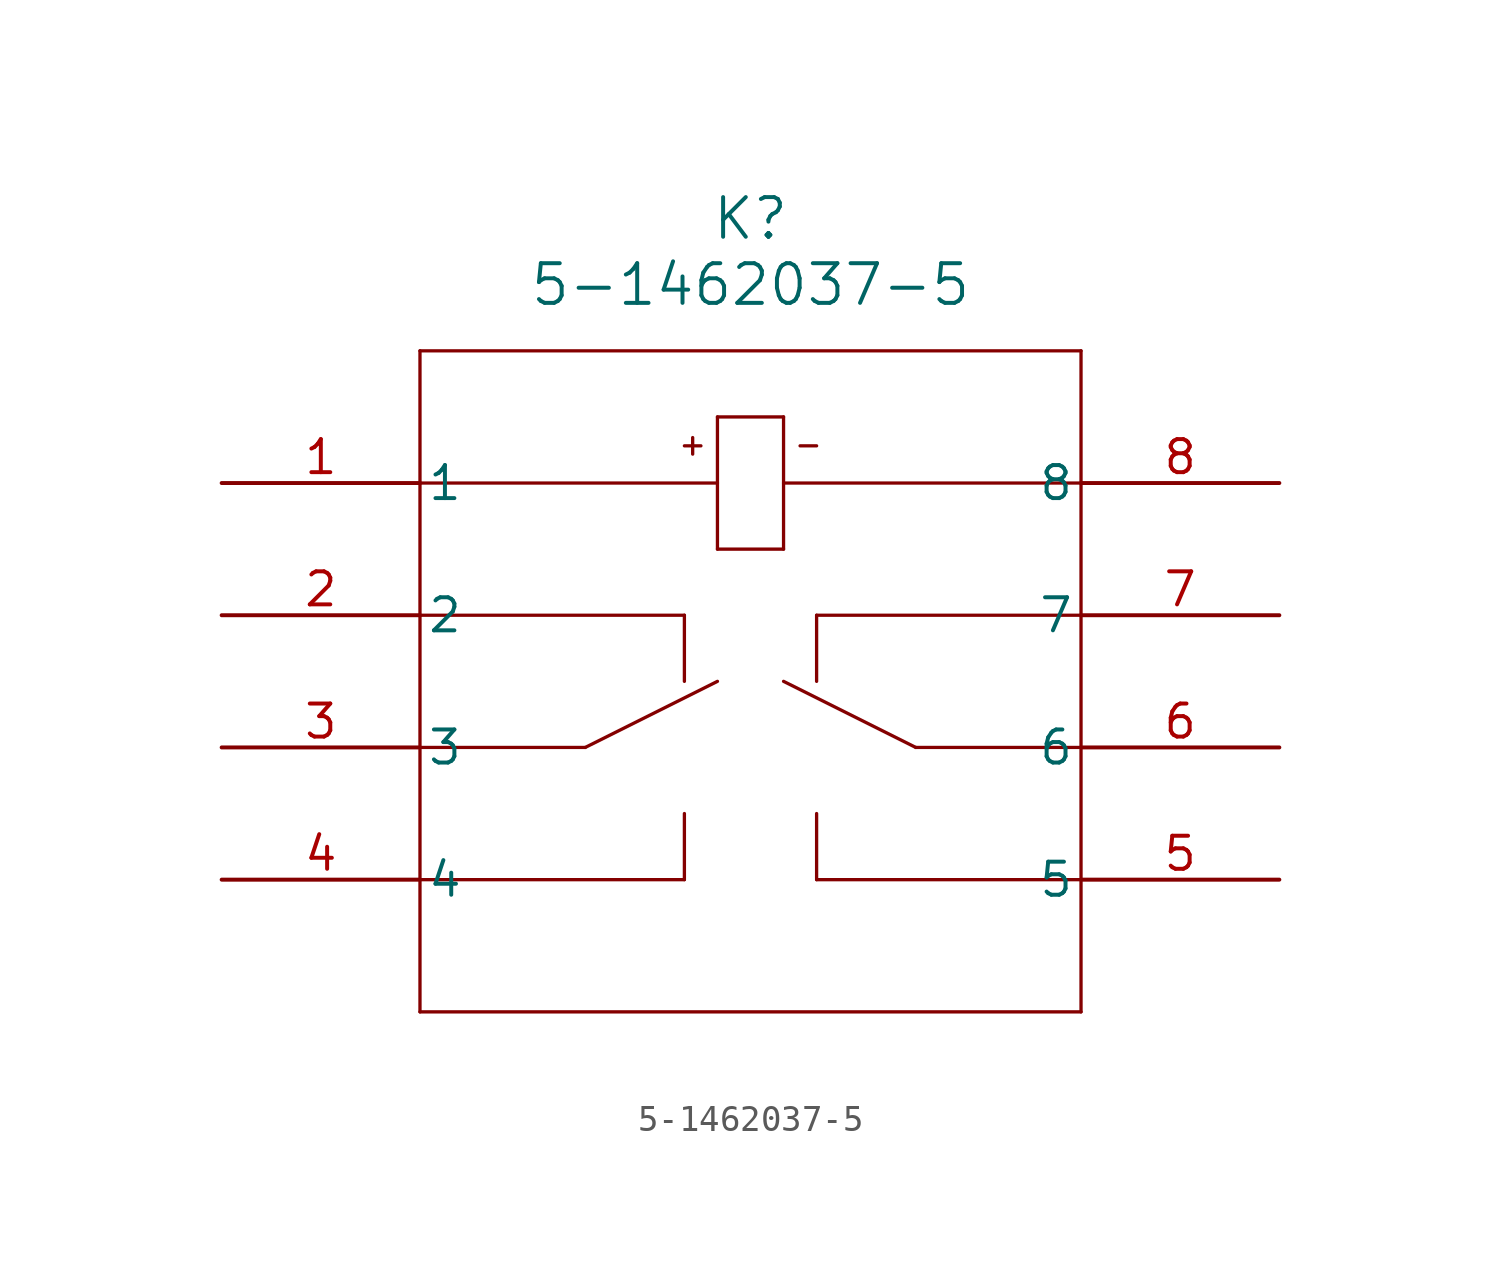
<source format=kicad_sym>
(kicad_symbol_lib
  (version 20220914)
  (generator kicad_symbol_editor)
  (symbol "5-1462037-5"
    (pin_names
      (offset 0.254))
    (property "Reference" "K"
      (at 20.32 10.16 0)
      (effects (font (size 1.524 1.524))))
    (property "Value" "5-1462037-5"
      (at 20.32 7.62 0)
      (effects (font (size 1.524 1.524))))
    (property "ki_locked" ""
      (at 0 0 0)
      (effects (font (size 1.27 1.27))))
    (symbol "5-1462037-5_0_1"
      (polyline (pts (xy 7.62 -20.32) (xy 33.02 -20.32)) (stroke (width 0.127) (type default)) (fill (type none)))
      (polyline (pts (xy 7.62 -10.16) (xy 13.97 -10.16)) (stroke (width 0.127) (type default)) (fill (type none)))
      (polyline (pts (xy 7.62 -5.08) (xy 17.78 -5.08)) (stroke (width 0.127) (type default)) (fill (type none)))
      (polyline (pts (xy 7.62 0) (xy 19.05 0)) (stroke (width 0.127) (type default)) (fill (type none)))
      (polyline (pts (xy 7.62 5.08) (xy 7.62 -20.32)) (stroke (width 0.127) (type default)) (fill (type none)))
      (polyline (pts (xy 13.97 -10.16) (xy 19.05 -7.62)) (stroke (width 0.127) (type default)) (fill (type none)))
      (polyline (pts (xy 17.78 -15.24) (xy 7.62 -15.24)) (stroke (width 0.127) (type default)) (fill (type none)))
      (polyline (pts (xy 17.78 -12.7) (xy 17.78 -15.24)) (stroke (width 0.127) (type default)) (fill (type none)))
      (polyline (pts (xy 17.78 -5.08) (xy 17.78 -7.62)) (stroke (width 0.127) (type default)) (fill (type none)))
      (polyline (pts (xy 17.78 1.429) (xy 18.415 1.429)) (stroke (width 0.127) (type default)) (fill (type none)))
      (polyline (pts (xy 18.098 1.746) (xy 18.098 1.111)) (stroke (width 0.127) (type default)) (fill (type none)))
      (polyline (pts (xy 19.05 -2.54) (xy 21.59 -2.54)) (stroke (width 0.127) (type default)) (fill (type none)))
      (polyline (pts (xy 19.05 2.54) (xy 19.05 -2.54)) (stroke (width 0.127) (type default)) (fill (type none)))
      (polyline (pts (xy 21.59 -2.54) (xy 21.59 2.54)) (stroke (width 0.127) (type default)) (fill (type none)))
      (polyline (pts (xy 21.59 0) (xy 33.02 0)) (stroke (width 0.127) (type default)) (fill (type none)))
      (polyline (pts (xy 21.59 2.54) (xy 19.05 2.54)) (stroke (width 0.127) (type default)) (fill (type none)))
      (polyline (pts (xy 22.225 1.429) (xy 22.86 1.429)) (stroke (width 0.127) (type default)) (fill (type none)))
      (polyline (pts (xy 22.86 -15.24) (xy 22.86 -12.7)) (stroke (width 0.127) (type default)) (fill (type none)))
      (polyline (pts (xy 22.86 -7.62) (xy 22.86 -5.08)) (stroke (width 0.127) (type default)) (fill (type none)))
      (polyline (pts (xy 22.86 -5.08) (xy 33.02 -5.08)) (stroke (width 0.127) (type default)) (fill (type none)))
      (polyline (pts (xy 26.67 -10.16) (xy 21.59 -7.62)) (stroke (width 0.127) (type default)) (fill (type none)))
      (polyline (pts (xy 33.02 -20.32) (xy 33.02 5.08)) (stroke (width 0.127) (type default)) (fill (type none)))
      (polyline (pts (xy 33.02 -15.24) (xy 22.86 -15.24)) (stroke (width 0.127) (type default)) (fill (type none)))
      (polyline (pts (xy 33.02 -10.16) (xy 26.67 -10.16)) (stroke (width 0.127) (type default)) (fill (type none)))
      (polyline (pts (xy 33.02 5.08) (xy 7.62 5.08)) (stroke (width 0.127) (type default)) (fill (type none)))
      (pin unspecified line (at 0 0 0) (length 7.62) (name "1" (effects (font (size 1.27 1.27)))) (number "1" (effects (font (size 1.27 1.27)))))
      (pin unspecified line (at 0 -5.08 0) (length 7.62) (name "2" (effects (font (size 1.27 1.27)))) (number "2" (effects (font (size 1.27 1.27)))))
      (pin unspecified line (at 0 -10.16 0) (length 7.62) (name "3" (effects (font (size 1.27 1.27)))) (number "3" (effects (font (size 1.27 1.27)))))
      (pin unspecified line (at 0 -15.24 0) (length 7.62) (name "4" (effects (font (size 1.27 1.27)))) (number "4" (effects (font (size 1.27 1.27)))))
      (pin unspecified line (at 40.64 -15.24 180) (length 7.62) (name "5" (effects (font (size 1.27 1.27)))) (number "5" (effects (font (size 1.27 1.27)))))
      (pin unspecified line (at 40.64 -10.16 180) (length 7.62) (name "6" (effects (font (size 1.27 1.27)))) (number "6" (effects (font (size 1.27 1.27)))))
      (pin unspecified line (at 40.64 -5.08 180) (length 7.62) (name "7" (effects (font (size 1.27 1.27)))) (number "7" (effects (font (size 1.27 1.27)))))
      (pin unspecified line (at 40.64 0 180) (length 7.62) (name "8" (effects (font (size 1.27 1.27)))) (number "8" (effects (font (size 1.27 1.27))))))))
</source>
